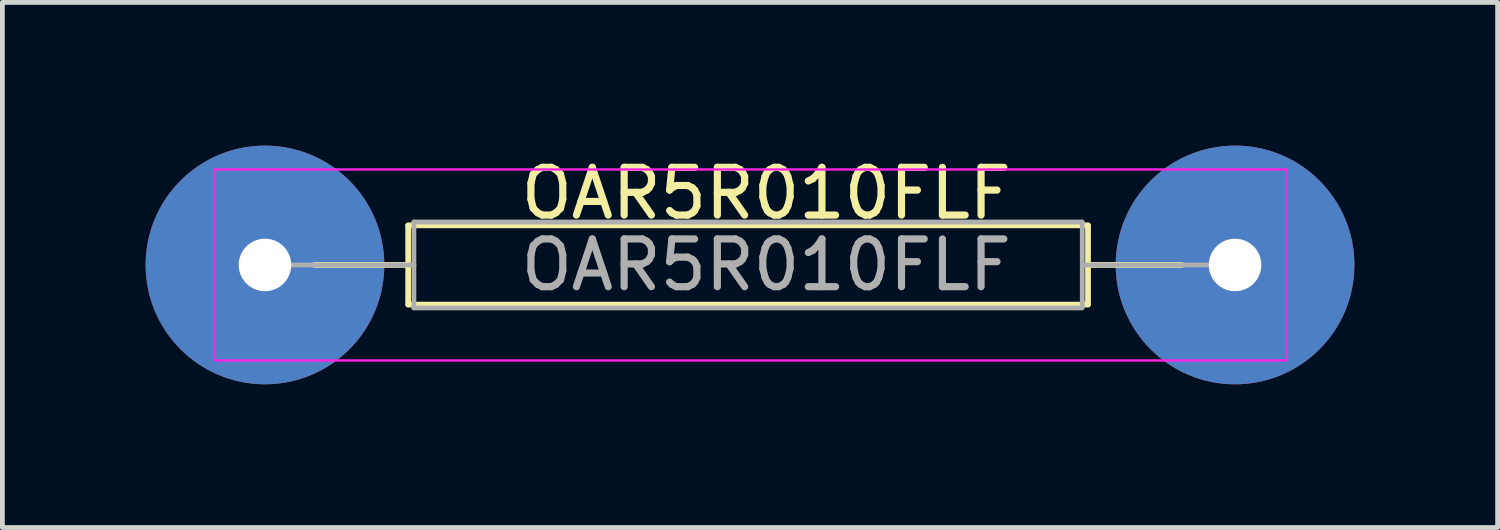
<source format=kicad_pcb>
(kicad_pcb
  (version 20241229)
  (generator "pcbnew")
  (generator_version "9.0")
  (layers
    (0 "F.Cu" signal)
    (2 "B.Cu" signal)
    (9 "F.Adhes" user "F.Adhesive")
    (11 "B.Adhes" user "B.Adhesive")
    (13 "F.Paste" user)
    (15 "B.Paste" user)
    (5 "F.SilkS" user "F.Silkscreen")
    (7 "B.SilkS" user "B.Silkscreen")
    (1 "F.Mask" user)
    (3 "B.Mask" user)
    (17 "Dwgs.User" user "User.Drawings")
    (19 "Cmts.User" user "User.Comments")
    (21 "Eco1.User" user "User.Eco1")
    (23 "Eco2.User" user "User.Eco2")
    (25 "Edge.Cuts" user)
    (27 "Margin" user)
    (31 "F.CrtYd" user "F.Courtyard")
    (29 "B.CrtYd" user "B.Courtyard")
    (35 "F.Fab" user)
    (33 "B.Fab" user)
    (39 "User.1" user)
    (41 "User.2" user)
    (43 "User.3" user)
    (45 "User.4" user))
  (footprint "OAR5R010FLF"
    (layer "F.Cu")
    (at 2.5 2.5)
    (property "Reference" "OAR5R010FLF" (at 10.5 -1.5 0) (layer "F.SilkS") (effects (font (size 1 1) (thickness 0.15))))
    (attr through_hole)
    (fp_line (start 1.04 0) (end 3 0) (stroke (width 0.12) (type solid)) (layer "F.SilkS"))
    (fp_line (start 3 -0.825) (end 3 0.825) (stroke (width 0.12) (type solid)) (layer "F.SilkS"))
    (fp_line (start 3 0.83) (end 17.24 0.83) (stroke (width 0.12) (type solid)) (layer "F.SilkS"))
    (fp_line (start 17.24 -0.83) (end 3 -0.83) (stroke (width 0.12) (type solid)) (layer "F.SilkS"))
    (fp_line (start 17.24 0.825) (end 17.24 -0.825) (stroke (width 0.12) (type solid)) (layer "F.SilkS"))
    (fp_line (start 19.2 0) (end 17.24 0) (stroke (width 0.12) (type solid)) (layer "F.SilkS"))
    (fp_line (start -1.05 -2) (end -1.05 2) (stroke (width 0.05) (type solid)) (layer "F.CrtYd"))
    (fp_line (start -1.05 2) (end 21.4 2) (stroke (width 0.05) (type solid)) (layer "F.CrtYd"))
    (fp_line (start 21.4 -2) (end -1.05 -2) (stroke (width 0.05) (type solid)) (layer "F.CrtYd"))
    (fp_line (start 21.4 2) (end 21.4 -2) (stroke (width 0.05) (type solid)) (layer "F.CrtYd"))
    (fp_line (start 0 0) (end 3.12 0) (stroke (width 0.1) (type solid)) (layer "F.Fab"))
    (fp_line (start 3.12 -0.9) (end 3.12 0.9) (stroke (width 0.1) (type solid)) (layer "F.Fab"))
    (fp_line (start 3.12 0.9) (end 17.1 0.9) (stroke (width 0.1) (type solid)) (layer "F.Fab"))
    (fp_line (start 17.1 -0.9) (end 3.12 -0.9) (stroke (width 0.1) (type solid)) (layer "F.Fab"))
    (fp_line (start 17.12 0.9) (end 17.12 -0.9) (stroke (width 0.1) (type solid)) (layer "F.Fab"))
    (fp_line (start 20.24 0) (end 17.12 0) (stroke (width 0.1) (type solid)) (layer "F.Fab"))
    (fp_text user "${REFERENCE}" (at 10.5 0 0) (layer "F.Fab") (effects (font (size 1 1) (thickness 0.15))))
    (pad "1" thru_hole circle (at 0 0) (size 5 5) (drill 1.1) (layers "*.Cu" "*.Mask"))
    (pad "2" thru_hole circle (at 20.32 0) (size 5 5) (drill 1.1) (layers "*.Cu" "*.Mask")))
  (gr_rect
    (start -3 -3)
    (end 28.32 8)
    (stroke (width 0.1) (type default))
    (fill no)
    (layer "Edge.Cuts")))
</source>
